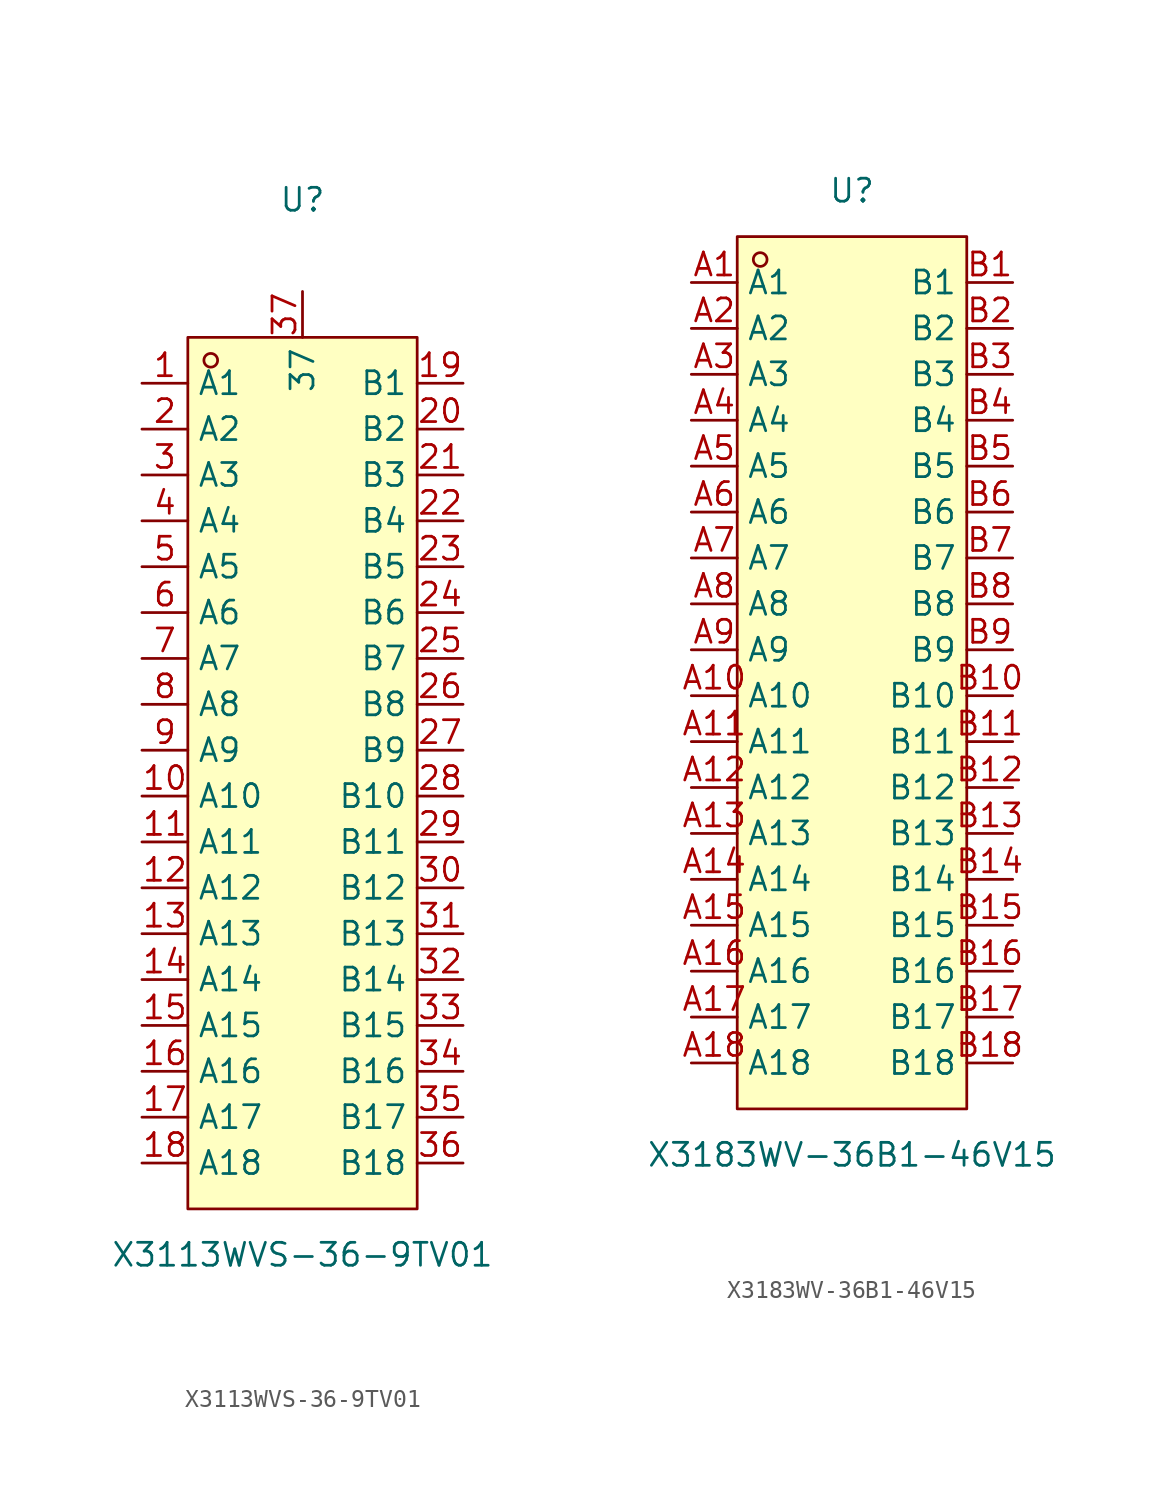
<source format=kicad_sym>
(kicad_symbol_lib
  (version 20211014)
  (generator https://github.com/uPesy/easyeda2kicad.py)
  (symbol "X3113WVS-36-9TV01"
    (property "Reference" "U"
      (at 0 31.75 0)
      (effects (font (size 1.27 1.27))))
    (property "Value" "X3113WVS-36-9TV01"
      (at 0 -26.67 0)
      (effects (font (size 1.27 1.27))))
    (symbol "X3113WVS-36-9TV01_0_1"
      (rectangle (start -6.35 24.13) (end 6.35 -24.13) (stroke (width 0) (type default) (color 0 0 0 0)) (fill (type background)))
      (circle (center -5.08 22.86) (radius 0.38) (stroke (width 0) (type default) (color 0 0 0 0)) (fill (type none)))
      (pin unspecified line (at -8.89 21.59 0) (length 2.54) (name "A1" (effects (font (size 1.27 1.27)))) (number "1" (effects (font (size 1.27 1.27)))))
      (pin unspecified line (at -8.89 19.05 0) (length 2.54) (name "A2" (effects (font (size 1.27 1.27)))) (number "2" (effects (font (size 1.27 1.27)))))
      (pin unspecified line (at -8.89 16.51 0) (length 2.54) (name "A3" (effects (font (size 1.27 1.27)))) (number "3" (effects (font (size 1.27 1.27)))))
      (pin unspecified line (at -8.89 13.97 0) (length 2.54) (name "A4" (effects (font (size 1.27 1.27)))) (number "4" (effects (font (size 1.27 1.27)))))
      (pin unspecified line (at -8.89 11.43 0) (length 2.54) (name "A5" (effects (font (size 1.27 1.27)))) (number "5" (effects (font (size 1.27 1.27)))))
      (pin unspecified line (at -8.89 8.89 0) (length 2.54) (name "A6" (effects (font (size 1.27 1.27)))) (number "6" (effects (font (size 1.27 1.27)))))
      (pin unspecified line (at -8.89 6.35 0) (length 2.54) (name "A7" (effects (font (size 1.27 1.27)))) (number "7" (effects (font (size 1.27 1.27)))))
      (pin unspecified line (at -8.89 3.81 0) (length 2.54) (name "A8" (effects (font (size 1.27 1.27)))) (number "8" (effects (font (size 1.27 1.27)))))
      (pin unspecified line (at -8.89 1.27 0) (length 2.54) (name "A9" (effects (font (size 1.27 1.27)))) (number "9" (effects (font (size 1.27 1.27)))))
      (pin unspecified line (at -8.89 -1.27 0) (length 2.54) (name "A10" (effects (font (size 1.27 1.27)))) (number "10" (effects (font (size 1.27 1.27)))))
      (pin unspecified line (at -8.89 -3.81 0) (length 2.54) (name "A11" (effects (font (size 1.27 1.27)))) (number "11" (effects (font (size 1.27 1.27)))))
      (pin unspecified line (at -8.89 -6.35 0) (length 2.54) (name "A12" (effects (font (size 1.27 1.27)))) (number "12" (effects (font (size 1.27 1.27)))))
      (pin unspecified line (at -8.89 -8.89 0) (length 2.54) (name "A13" (effects (font (size 1.27 1.27)))) (number "13" (effects (font (size 1.27 1.27)))))
      (pin unspecified line (at -8.89 -11.43 0) (length 2.54) (name "A14" (effects (font (size 1.27 1.27)))) (number "14" (effects (font (size 1.27 1.27)))))
      (pin unspecified line (at -8.89 -13.97 0) (length 2.54) (name "A15" (effects (font (size 1.27 1.27)))) (number "15" (effects (font (size 1.27 1.27)))))
      (pin unspecified line (at -8.89 -16.51 0) (length 2.54) (name "A16" (effects (font (size 1.27 1.27)))) (number "16" (effects (font (size 1.27 1.27)))))
      (pin unspecified line (at -8.89 -19.05 0) (length 2.54) (name "A17" (effects (font (size 1.27 1.27)))) (number "17" (effects (font (size 1.27 1.27)))))
      (pin unspecified line (at -8.89 -21.59 0) (length 2.54) (name "A18" (effects (font (size 1.27 1.27)))) (number "18" (effects (font (size 1.27 1.27)))))
      (pin unspecified line (at 8.89 21.59 180) (length 2.54) (name "B1" (effects (font (size 1.27 1.27)))) (number "19" (effects (font (size 1.27 1.27)))))
      (pin unspecified line (at 8.89 19.05 180) (length 2.54) (name "B2" (effects (font (size 1.27 1.27)))) (number "20" (effects (font (size 1.27 1.27)))))
      (pin unspecified line (at 8.89 16.51 180) (length 2.54) (name "B3" (effects (font (size 1.27 1.27)))) (number "21" (effects (font (size 1.27 1.27)))))
      (pin unspecified line (at 8.89 13.97 180) (length 2.54) (name "B4" (effects (font (size 1.27 1.27)))) (number "22" (effects (font (size 1.27 1.27)))))
      (pin unspecified line (at 8.89 11.43 180) (length 2.54) (name "B5" (effects (font (size 1.27 1.27)))) (number "23" (effects (font (size 1.27 1.27)))))
      (pin unspecified line (at 8.89 8.89 180) (length 2.54) (name "B6" (effects (font (size 1.27 1.27)))) (number "24" (effects (font (size 1.27 1.27)))))
      (pin unspecified line (at 8.89 6.35 180) (length 2.54) (name "B7" (effects (font (size 1.27 1.27)))) (number "25" (effects (font (size 1.27 1.27)))))
      (pin unspecified line (at 8.89 3.81 180) (length 2.54) (name "B8" (effects (font (size 1.27 1.27)))) (number "26" (effects (font (size 1.27 1.27)))))
      (pin unspecified line (at 8.89 1.27 180) (length 2.54) (name "B9" (effects (font (size 1.27 1.27)))) (number "27" (effects (font (size 1.27 1.27)))))
      (pin unspecified line (at 8.89 -1.27 180) (length 2.54) (name "B10" (effects (font (size 1.27 1.27)))) (number "28" (effects (font (size 1.27 1.27)))))
      (pin unspecified line (at 8.89 -3.81 180) (length 2.54) (name "B11" (effects (font (size 1.27 1.27)))) (number "29" (effects (font (size 1.27 1.27)))))
      (pin unspecified line (at 8.89 -6.35 180) (length 2.54) (name "B12" (effects (font (size 1.27 1.27)))) (number "30" (effects (font (size 1.27 1.27)))))
      (pin unspecified line (at 8.89 -8.89 180) (length 2.54) (name "B13" (effects (font (size 1.27 1.27)))) (number "31" (effects (font (size 1.27 1.27)))))
      (pin unspecified line (at 8.89 -11.43 180) (length 2.54) (name "B14" (effects (font (size 1.27 1.27)))) (number "32" (effects (font (size 1.27 1.27)))))
      (pin unspecified line (at 8.89 -13.97 180) (length 2.54) (name "B15" (effects (font (size 1.27 1.27)))) (number "33" (effects (font (size 1.27 1.27)))))
      (pin unspecified line (at 8.89 -16.51 180) (length 2.54) (name "B16" (effects (font (size 1.27 1.27)))) (number "34" (effects (font (size 1.27 1.27)))))
      (pin unspecified line (at 8.89 -19.05 180) (length 2.54) (name "B17" (effects (font (size 1.27 1.27)))) (number "35" (effects (font (size 1.27 1.27)))))
      (pin unspecified line (at 8.89 -21.59 180) (length 2.54) (name "B18" (effects (font (size 1.27 1.27)))) (number "36" (effects (font (size 1.27 1.27)))))
      (pin unspecified line (at 0.00 26.67 270) (length 2.54) (name "37" (effects (font (size 1.27 1.27)))) (number "37" (effects (font (size 1.27 1.27)))))))
  (symbol "X3183WV-36B1-46V15"
    (property "Reference" "U"
      (at 0 26.67 0)
      (effects (font (size 1.27 1.27))))
    (property "Value" "X3183WV-36B1-46V15"
      (at 0 -26.67 0)
      (effects (font (size 1.27 1.27))))
    (symbol "X3183WV-36B1-46V15_0_1"
      (rectangle (start -6.35 24.13) (end 6.35 -24.13) (stroke (width 0) (type default) (color 0 0 0 0)) (fill (type background)))
      (circle (center -5.08 22.86) (radius 0.38) (stroke (width 0) (type default) (color 0 0 0 0)) (fill (type none)))
      (pin unspecified line (at -8.89 21.59 0) (length 2.54) (name "A1" (effects (font (size 1.27 1.27)))) (number "A1" (effects (font (size 1.27 1.27)))))
      (pin unspecified line (at -8.89 19.05 0) (length 2.54) (name "A2" (effects (font (size 1.27 1.27)))) (number "A2" (effects (font (size 1.27 1.27)))))
      (pin unspecified line (at -8.89 16.51 0) (length 2.54) (name "A3" (effects (font (size 1.27 1.27)))) (number "A3" (effects (font (size 1.27 1.27)))))
      (pin unspecified line (at -8.89 13.97 0) (length 2.54) (name "A4" (effects (font (size 1.27 1.27)))) (number "A4" (effects (font (size 1.27 1.27)))))
      (pin unspecified line (at -8.89 11.43 0) (length 2.54) (name "A5" (effects (font (size 1.27 1.27)))) (number "A5" (effects (font (size 1.27 1.27)))))
      (pin unspecified line (at -8.89 8.89 0) (length 2.54) (name "A6" (effects (font (size 1.27 1.27)))) (number "A6" (effects (font (size 1.27 1.27)))))
      (pin unspecified line (at -8.89 6.35 0) (length 2.54) (name "A7" (effects (font (size 1.27 1.27)))) (number "A7" (effects (font (size 1.27 1.27)))))
      (pin unspecified line (at -8.89 3.81 0) (length 2.54) (name "A8" (effects (font (size 1.27 1.27)))) (number "A8" (effects (font (size 1.27 1.27)))))
      (pin unspecified line (at -8.89 1.27 0) (length 2.54) (name "A9" (effects (font (size 1.27 1.27)))) (number "A9" (effects (font (size 1.27 1.27)))))
      (pin unspecified line (at -8.89 -1.27 0) (length 2.54) (name "A10" (effects (font (size 1.27 1.27)))) (number "A10" (effects (font (size 1.27 1.27)))))
      (pin unspecified line (at -8.89 -3.81 0) (length 2.54) (name "A11" (effects (font (size 1.27 1.27)))) (number "A11" (effects (font (size 1.27 1.27)))))
      (pin unspecified line (at -8.89 -6.35 0) (length 2.54) (name "A12" (effects (font (size 1.27 1.27)))) (number "A12" (effects (font (size 1.27 1.27)))))
      (pin unspecified line (at -8.89 -8.89 0) (length 2.54) (name "A13" (effects (font (size 1.27 1.27)))) (number "A13" (effects (font (size 1.27 1.27)))))
      (pin unspecified line (at -8.89 -11.43 0) (length 2.54) (name "A14" (effects (font (size 1.27 1.27)))) (number "A14" (effects (font (size 1.27 1.27)))))
      (pin unspecified line (at -8.89 -13.97 0) (length 2.54) (name "A15" (effects (font (size 1.27 1.27)))) (number "A15" (effects (font (size 1.27 1.27)))))
      (pin unspecified line (at -8.89 -16.51 0) (length 2.54) (name "A16" (effects (font (size 1.27 1.27)))) (number "A16" (effects (font (size 1.27 1.27)))))
      (pin unspecified line (at -8.89 -19.05 0) (length 2.54) (name "A17" (effects (font (size 1.27 1.27)))) (number "A17" (effects (font (size 1.27 1.27)))))
      (pin unspecified line (at -8.89 -21.59 0) (length 2.54) (name "A18" (effects (font (size 1.27 1.27)))) (number "A18" (effects (font (size 1.27 1.27)))))
      (pin unspecified line (at 8.89 21.59 180) (length 2.54) (name "B1" (effects (font (size 1.27 1.27)))) (number "B1" (effects (font (size 1.27 1.27)))))
      (pin unspecified line (at 8.89 19.05 180) (length 2.54) (name "B2" (effects (font (size 1.27 1.27)))) (number "B2" (effects (font (size 1.27 1.27)))))
      (pin unspecified line (at 8.89 16.51 180) (length 2.54) (name "B3" (effects (font (size 1.27 1.27)))) (number "B3" (effects (font (size 1.27 1.27)))))
      (pin unspecified line (at 8.89 13.97 180) (length 2.54) (name "B4" (effects (font (size 1.27 1.27)))) (number "B4" (effects (font (size 1.27 1.27)))))
      (pin unspecified line (at 8.89 11.43 180) (length 2.54) (name "B5" (effects (font (size 1.27 1.27)))) (number "B5" (effects (font (size 1.27 1.27)))))
      (pin unspecified line (at 8.89 8.89 180) (length 2.54) (name "B6" (effects (font (size 1.27 1.27)))) (number "B6" (effects (font (size 1.27 1.27)))))
      (pin unspecified line (at 8.89 6.35 180) (length 2.54) (name "B7" (effects (font (size 1.27 1.27)))) (number "B7" (effects (font (size 1.27 1.27)))))
      (pin unspecified line (at 8.89 3.81 180) (length 2.54) (name "B8" (effects (font (size 1.27 1.27)))) (number "B8" (effects (font (size 1.27 1.27)))))
      (pin unspecified line (at 8.89 1.27 180) (length 2.54) (name "B9" (effects (font (size 1.27 1.27)))) (number "B9" (effects (font (size 1.27 1.27)))))
      (pin unspecified line (at 8.89 -1.27 180) (length 2.54) (name "B10" (effects (font (size 1.27 1.27)))) (number "B10" (effects (font (size 1.27 1.27)))))
      (pin unspecified line (at 8.89 -3.81 180) (length 2.54) (name "B11" (effects (font (size 1.27 1.27)))) (number "B11" (effects (font (size 1.27 1.27)))))
      (pin unspecified line (at 8.89 -6.35 180) (length 2.54) (name "B12" (effects (font (size 1.27 1.27)))) (number "B12" (effects (font (size 1.27 1.27)))))
      (pin unspecified line (at 8.89 -8.89 180) (length 2.54) (name "B13" (effects (font (size 1.27 1.27)))) (number "B13" (effects (font (size 1.27 1.27)))))
      (pin unspecified line (at 8.89 -11.43 180) (length 2.54) (name "B14" (effects (font (size 1.27 1.27)))) (number "B14" (effects (font (size 1.27 1.27)))))
      (pin unspecified line (at 8.89 -13.97 180) (length 2.54) (name "B15" (effects (font (size 1.27 1.27)))) (number "B15" (effects (font (size 1.27 1.27)))))
      (pin unspecified line (at 8.89 -16.51 180) (length 2.54) (name "B16" (effects (font (size 1.27 1.27)))) (number "B16" (effects (font (size 1.27 1.27)))))
      (pin unspecified line (at 8.89 -19.05 180) (length 2.54) (name "B17" (effects (font (size 1.27 1.27)))) (number "B17" (effects (font (size 1.27 1.27)))))
      (pin unspecified line (at 8.89 -21.59 180) (length 2.54) (name "B18" (effects (font (size 1.27 1.27)))) (number "B18" (effects (font (size 1.27 1.27))))))))
</source>
